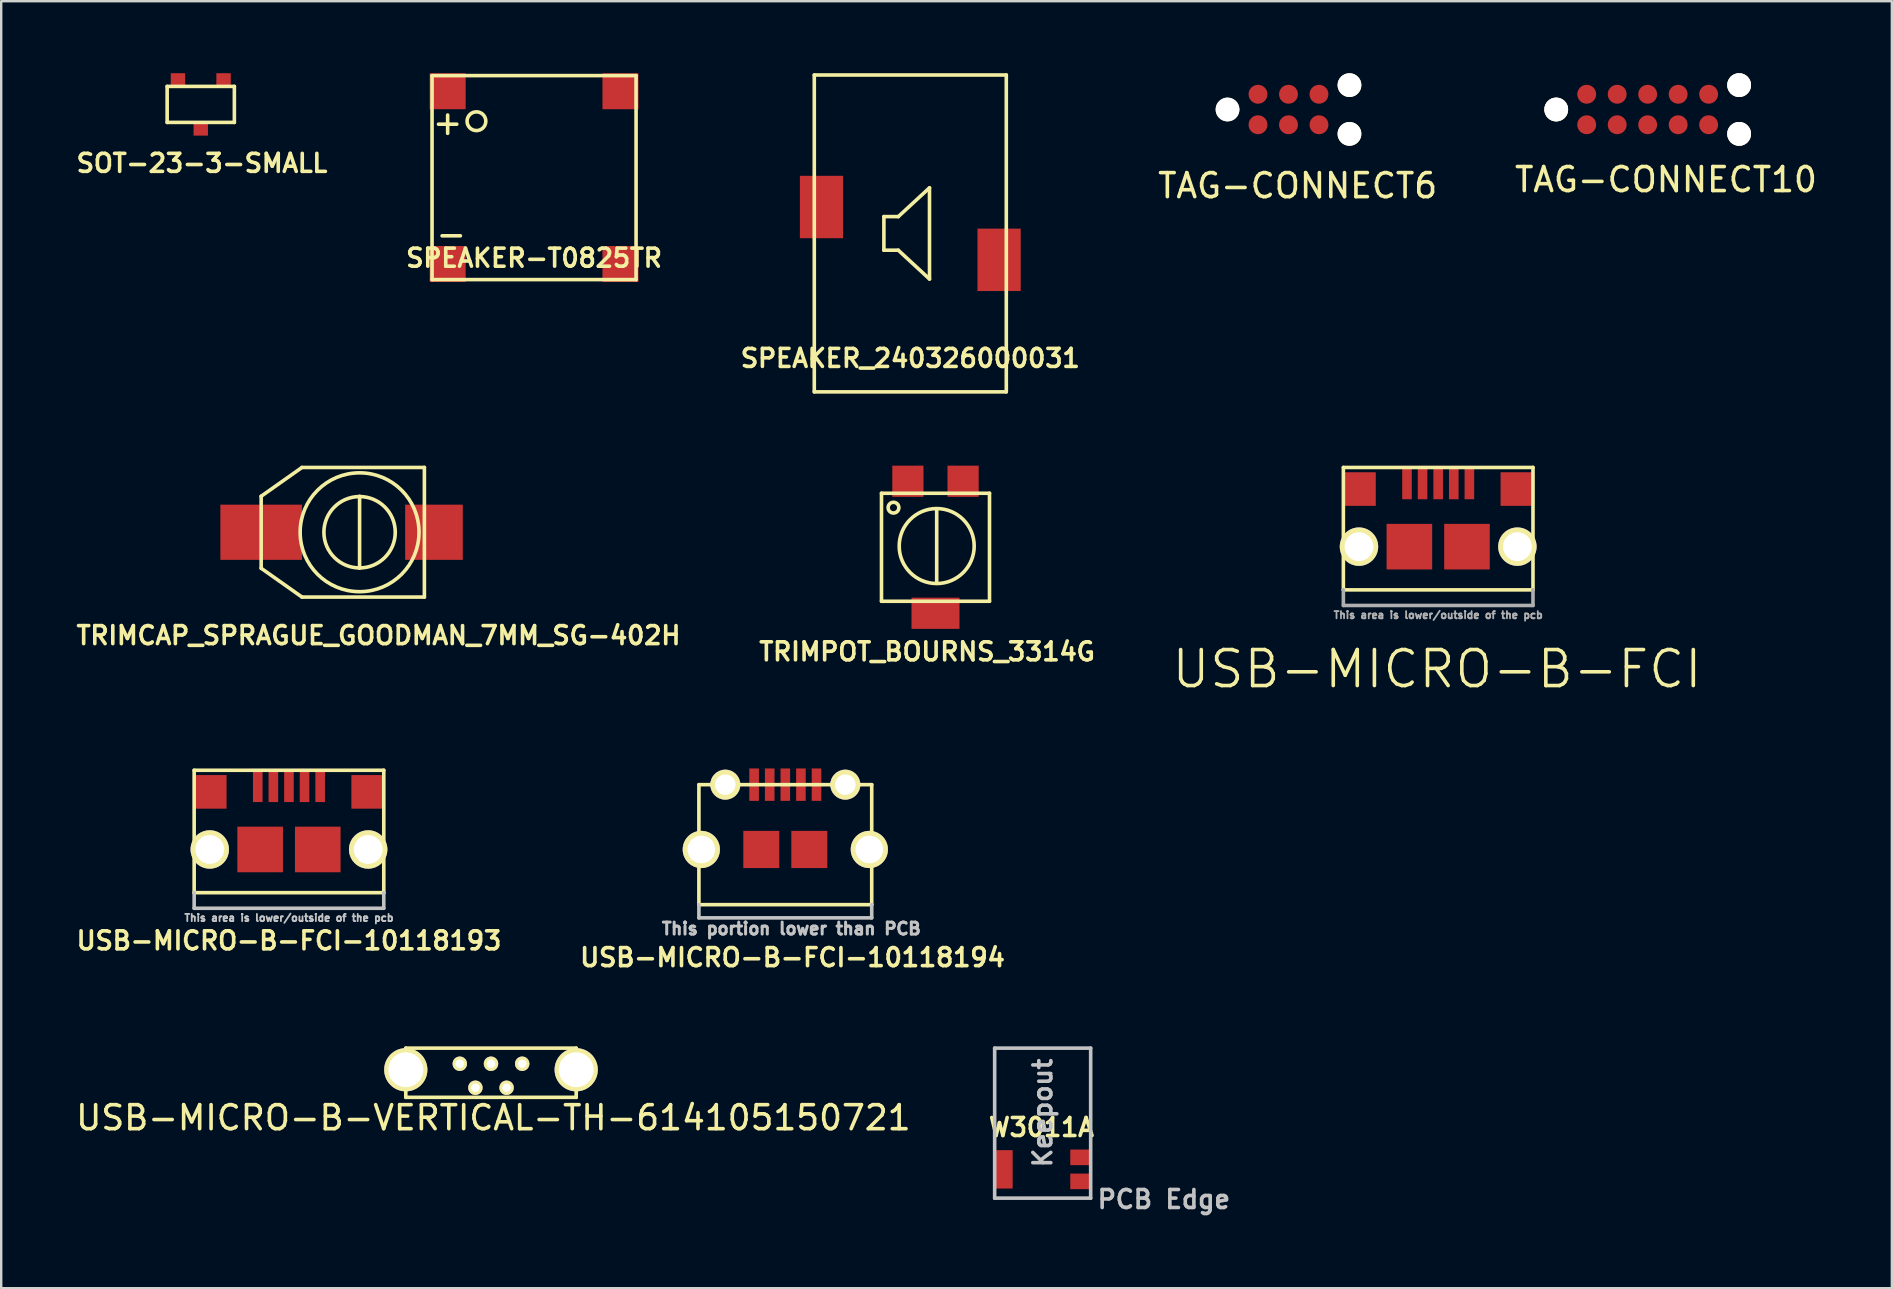
<source format=kicad_pcb>
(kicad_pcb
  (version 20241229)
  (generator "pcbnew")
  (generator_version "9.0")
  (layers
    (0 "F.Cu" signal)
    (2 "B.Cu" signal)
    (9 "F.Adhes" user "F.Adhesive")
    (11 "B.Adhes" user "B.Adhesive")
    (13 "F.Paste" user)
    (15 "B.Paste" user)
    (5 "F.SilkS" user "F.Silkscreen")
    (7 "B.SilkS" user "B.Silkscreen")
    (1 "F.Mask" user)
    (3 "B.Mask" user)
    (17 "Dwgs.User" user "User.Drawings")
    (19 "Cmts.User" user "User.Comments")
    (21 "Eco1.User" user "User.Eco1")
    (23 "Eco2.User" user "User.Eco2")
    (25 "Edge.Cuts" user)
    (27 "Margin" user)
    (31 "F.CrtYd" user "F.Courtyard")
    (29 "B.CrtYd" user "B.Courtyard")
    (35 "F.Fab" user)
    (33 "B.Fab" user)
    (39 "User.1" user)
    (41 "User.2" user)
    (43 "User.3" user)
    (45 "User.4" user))
  (footprint "TRIMCAP_SPRAGUE_GOODMAN_7MM_SG-402H"
    (layer "F.Cu")
    (at 7.821 19.125)
    (property "Reference" "TRIMCAP_SPRAGUE_GOODMAN_7MM_SG-402H" (at 4.9 4.3 0) (layer "F.SilkS") (effects (font (size 0.75 0.75) (thickness 0.15))))
    (attr through_hole)
    (fp_line (start 0.01 -1.5) (end 0.01 1.5) (stroke (width 0.15) (type solid)) (layer "F.SilkS"))
    (fp_line (start 0.01 1.5) (end 1.71 2.7) (stroke (width 0.15) (type solid)) (layer "F.SilkS"))
    (fp_line (start 1.71 -2.7) (end 0.01 -1.5) (stroke (width 0.15) (type solid)) (layer "F.SilkS"))
    (fp_line (start 1.71 -2.7) (end 6.81 -2.7) (stroke (width 0.15) (type solid)) (layer "F.SilkS"))
    (fp_line (start 4.11 -1.5) (end 4.11 1.5) (stroke (width 0.15) (type solid)) (layer "F.SilkS"))
    (fp_line (start 6.81 -2.7) (end 6.81 2.7) (stroke (width 0.15) (type solid)) (layer "F.SilkS"))
    (fp_line (start 6.81 2.7) (end 1.71 2.7) (stroke (width 0.15) (type solid)) (layer "F.SilkS"))
    (fp_circle (center 4.11 0) (end 5.11 1.1) (stroke (width 0.15) (type solid)) (fill no) (layer "F.SilkS"))
    (fp_circle (center 4.11 0) (end 5.81 1.8) (stroke (width 0.15) (type solid)) (fill no) (layer "F.SilkS"))
    (pad "1" smd rect (at 0.01 0) (size 3.4 2.3) (layers "F.Cu" "F.Mask" "F.Paste"))
    (pad "2" smd rect (at 7.21 0) (size 2.4 2.3) (layers "F.Cu" "F.Mask" "F.Paste")))
  (footprint "SPEAKER_240326000031"
    (layer "F.Cu")
    (at 34.875 6.675)
    (property "Reference" "SPEAKER_240326000031" (at 0 5.2 0) (layer "F.SilkS") (effects (font (size 0.75 0.75) (thickness 0.15))))
    (attr through_hole)
    (fp_line (start -4 -6.6) (end -4 6.6) (stroke (width 0.15) (type solid)) (layer "F.SilkS"))
    (fp_line (start -4 -6.6) (end 4 -6.6) (stroke (width 0.15) (type solid)) (layer "F.SilkS"))
    (fp_line (start -1.1 -0.7) (end -1.1 0.7) (stroke (width 0.15) (type solid)) (layer "F.SilkS"))
    (fp_line (start -1.1 -0.7) (end -0.5 -0.7) (stroke (width 0.15) (type solid)) (layer "F.SilkS"))
    (fp_line (start -1.1 0.7) (end -0.5 0.7) (stroke (width 0.15) (type solid)) (layer "F.SilkS"))
    (fp_line (start -0.5 -0.7) (end 0.8 -1.9) (stroke (width 0.15) (type solid)) (layer "F.SilkS"))
    (fp_line (start -0.5 0.7) (end 0.8 1.9) (stroke (width 0.15) (type solid)) (layer "F.SilkS"))
    (fp_line (start 0.8 1.9) (end 0.8 -1.9) (stroke (width 0.15) (type solid)) (layer "F.SilkS"))
    (fp_line (start 4 6.6) (end -4 6.6) (stroke (width 0.15) (type solid)) (layer "F.SilkS"))
    (fp_line (start 4 6.6) (end 4 -6.6) (stroke (width 0.15) (type solid)) (layer "F.SilkS"))
    (pad "1" smd rect (at -3.7 -1.1) (size 1.8 2.6) (layers "F.Cu" "F.Mask" "F.Paste"))
    (pad "2" smd rect (at 3.7 1.1) (size 1.8 2.6) (layers "F.Cu" "F.Mask" "F.Paste")))
  (footprint "TRIMPOT_BOURNS_3314G"
    (layer "F.Cu")
    (at 34.765 17)
    (property "Reference" "TRIMPOT_BOURNS_3314G" (at 0.81 7.1 0) (layer "F.SilkS") (effects (font (size 0.75 0.75) (thickness 0.15))))
    (attr through_hole)
    (fp_line (start -1.09 0.5) (end 3.41 0.5) (stroke (width 0.15) (type solid)) (layer "F.SilkS"))
    (fp_line (start -1.09 5) (end -1.09 0.5) (stroke (width 0.15) (type solid)) (layer "F.SilkS"))
    (fp_line (start 1.21 1.2) (end 1.21 4.2) (stroke (width 0.15) (type solid)) (layer "F.SilkS"))
    (fp_line (start 3.41 0.5) (end 3.41 5) (stroke (width 0.15) (type solid)) (layer "F.SilkS"))
    (fp_line (start 3.41 5) (end -1.09 5) (stroke (width 0.15) (type solid)) (layer "F.SilkS"))
    (fp_circle (center -0.59 1.1) (end -0.49 1.3) (stroke (width 0.15) (type solid)) (fill no) (layer "F.SilkS"))
    (fp_circle (center 1.21 2.7) (end 2.41 3.7) (stroke (width 0.15) (type solid)) (fill no) (layer "F.SilkS"))
    (pad "1" smd rect (at 0.01 0) (size 1.3 1.3) (layers "F.Cu" "F.Mask" "F.Paste"))
    (pad "2" smd rect (at 1.16 5.5) (size 2 1.3) (layers "F.Cu" "F.Mask" "F.Paste"))
    (pad "3" smd rect (at 2.31 0) (size 1.3 1.3) (layers "F.Cu" "F.Mask" "F.Paste")))
  (footprint "USB-MICRO-B-FCI"
    (layer "F.Cu")
    (at 56.868 19.725)
    (property "Reference" "USB-MICRO-B-FCI" (at -0.05 5.1 0) (layer "F.SilkS") (effects (font (size 1.5 1.5) (thickness 0.15))))
    (attr through_hole)
    (fp_line (start -3.95 -3.3) (end -3.95 1.8) (stroke (width 0.15) (type solid)) (layer "F.SilkS"))
    (fp_line (start -3.95 -3.3) (end 3.95 -3.3) (stroke (width 0.15) (type solid)) (layer "F.SilkS"))
    (fp_line (start -3.95 1.8) (end 3.95 1.8) (stroke (width 0.15) (type solid)) (layer "F.SilkS"))
    (fp_line (start 3.95 -3.3) (end 3.95 1.8) (stroke (width 0.15) (type solid)) (layer "F.SilkS"))
    (fp_line (start -3.95 2.45) (end -3.95 1.8) (stroke (width 0.15) (type solid)) (layer "F.Fab"))
    (fp_line (start 3.95 1.8) (end 3.95 2.45) (stroke (width 0.15) (type solid)) (layer "F.Fab"))
    (fp_line (start 3.95 2.45) (end -3.95 2.45) (stroke (width 0.15) (type solid)) (layer "F.Fab"))
    (fp_text user "This area is lower/outside of the pcb" (at 0 2.85 0) (layer "F.Fab") (effects (font (size 0.3 0.3) (thickness 0.075))))
    (pad "1" smd rect (at -1.3 -2.65) (size 0.4 1.35) (layers "F.Cu" "F.Mask" "F.Paste"))
    (pad "2" smd rect (at -0.65 -2.65) (size 0.4 1.35) (layers "F.Cu" "F.Mask" "F.Paste"))
    (pad "3" smd rect (at 0 -2.65) (size 0.4 1.35) (layers "F.Cu" "F.Mask" "F.Paste"))
    (pad "4" smd rect (at 0.65 -2.65) (size 0.4 1.35) (layers "F.Cu" "F.Mask" "F.Paste"))
    (pad "5" smd rect (at 1.3 -2.65) (size 0.4 1.35) (layers "F.Cu" "F.Mask" "F.Paste"))
    (pad "6" smd rect (at -3.3 -2.4) (size 1.4 1.4) (layers "F.Cu" "F.Mask" "F.Paste"))
    (pad "6" thru_hole circle (at -3.3 0) (size 1.6 1.6) (drill 1.2) (layers "*.Cu" "*.Mask" "F.SilkS"))
    (pad "6" smd rect (at -1.2 0) (size 1.9 1.9) (layers "F.Cu" "F.Mask" "F.Paste"))
    (pad "6" smd rect (at 1.2 0) (size 1.9 1.9) (layers "F.Cu" "F.Mask" "F.Paste"))
    (pad "6" smd rect (at 3.3 -2.4) (size 1.4 1.4) (layers "F.Cu" "F.Mask" "F.Paste"))
    (pad "6" thru_hole circle (at 3.3 0) (size 1.6 1.6) (drill 1.2) (layers "*.Cu" "*.Mask" "F.SilkS")))
  (footprint "W3011A"
    (layer "F.Cu")
    (at 40.34 45.668)
    (property "Reference" "W3011A" (at 0 -1.75 0) (layer "F.SilkS") (effects (font (size 0.75 0.75) (thickness 0.15))))
    (attr through_hole)
    (fp_line (start -1.95 1.2) (end -1.95 -5.05) (stroke (width 0.15) (type solid)) (layer "Dwgs.User"))
    (fp_line (start 2.05 -5.05) (end -1.95 -5.05) (stroke (width 0.15) (type solid)) (layer "Dwgs.User"))
    (fp_line (start 2.05 -5.05) (end 2.05 1.2) (stroke (width 0.15) (type solid)) (layer "Dwgs.User"))
    (fp_line (start 2.05 1.2) (end -1.95 1.2) (stroke (width 0.15) (type solid)) (layer "Dwgs.User"))
    (fp_text user "Keepout" (at 0.05 -2.35 90) (layer "Dwgs.User") (effects (font (size 0.75 0.75) (thickness 0.15))))
    (fp_text user "PCB Edge" (at 5.1 1.25 0) (layer "Dwgs.User") (effects (font (size 0.75 0.75) (thickness 0.15))))
    (pad "1" smd rect (at -1.6 0) (size 0.8 1.6) (layers "F.Cu" "F.Mask" "F.Paste"))
    (pad "2" smd rect (at 1.6 0.5) (size 0.8 0.65) (layers "F.Cu" "F.Mask" "F.Paste"))
    (pad "3" smd rect (at 1.6 -0.5) (size 0.8 0.65) (layers "F.Cu" "F.Mask" "F.Paste")))
  (footprint "SOT-23-3-SMALL"
    (layer "F.Cu")
    (at 5.314 1.15)
    (property "Reference" "SOT-23-3-SMALL" (at 0.05 2.6 0) (layer "F.SilkS") (effects (font (size 0.75 0.75) (thickness 0.15))))
    (attr through_hole)
    (fp_line (start -1.4 -0.6) (end 1.4 -0.6) (stroke (width 0.15) (type solid)) (layer "F.SilkS"))
    (fp_line (start -1.4 0.9) (end -1.4 -0.6) (stroke (width 0.15) (type solid)) (layer "F.SilkS"))
    (fp_line (start 1.4 -0.6) (end 1.4 0.9) (stroke (width 0.15) (type solid)) (layer "F.SilkS"))
    (fp_line (start 1.4 0.9) (end -1.4 0.9) (stroke (width 0.15) (type solid)) (layer "F.SilkS"))
    (pad "1" smd rect (at 0.95 -0.85) (size 0.6 0.6) (layers "F.Cu" "F.Mask" "F.Paste"))
    (pad "2" smd rect (at -0.95 -0.85) (size 0.6 0.6) (layers "F.Cu" "F.Mask" "F.Paste"))
    (pad "3" smd rect (at 0 1.15) (size 0.6 0.6) (layers "F.Cu" "F.Mask" "F.Paste")))
  (footprint "USB-MICRO-B-VERTICAL-TH-614105150721"
    (layer "F.Cu")
    (at 17.406 41.268)
    (property "Reference" "USB-MICRO-B-VERTICAL-TH-614105150721" (at 0.1 2.25 0) (layer "F.SilkS") (effects (font (size 1 1) (thickness 0.15))))
    (attr through_hole)
    (fp_line (start -3.55 -0.65) (end -3.55 1.4) (stroke (width 0.15) (type solid)) (layer "F.SilkS"))
    (fp_line (start -3.55 1.4) (end 3.55 1.4) (stroke (width 0.15) (type solid)) (layer "F.SilkS"))
    (fp_line (start 3.55 -0.65) (end -3.55 -0.65) (stroke (width 0.15) (type solid)) (layer "F.SilkS"))
    (fp_line (start 3.55 -0.65) (end 3.55 1.4) (stroke (width 0.15) (type solid)) (layer "F.SilkS"))
    (pad "1" thru_hole circle (at -1.3 0) (size 0.6 0.6) (drill 0.35) (layers "*.Cu" "*.Mask" "F.SilkS"))
    (pad "2" thru_hole circle (at -0.65 1) (size 0.6 0.6) (drill 0.35) (layers "*.Cu" "*.Mask" "F.SilkS"))
    (pad "3" thru_hole circle (at 0 0) (size 0.6 0.6) (drill 0.35) (layers "*.Cu" "*.Mask" "F.SilkS"))
    (pad "4" thru_hole circle (at 0.65 1) (size 0.6 0.6) (drill 0.35) (layers "*.Cu" "*.Mask" "F.SilkS"))
    (pad "5" thru_hole circle (at 1.3 0) (size 0.6 0.6) (drill 0.35) (layers "*.Cu" "*.Mask" "F.SilkS"))
    (pad "6" thru_hole circle (at -3.55 0.25) (size 1.8 1.8) (drill 1.45) (layers "*.Cu" "*.Mask" "F.SilkS"))
    (pad "6" thru_hole circle (at 3.55 0.25) (size 1.8 1.8) (drill 1.45) (layers "*.Cu" "*.Mask" "F.SilkS")))
  (footprint "USB-MICRO-B-FCI-10118194"
    (layer "F.Cu")
    (at 29.668 29.641)
    (property "Reference" "USB-MICRO-B-FCI-10118194" (at 0.3 7.2 0) (layer "F.SilkS") (effects (font (size 0.75 0.75) (thickness 0.15))))
    (attr through_hole)
    (fp_line (start -3.6 5) (end -3.6 0) (stroke (width 0.15) (type solid)) (layer "F.SilkS"))
    (fp_line (start -3.6 5) (end 3.6 5) (stroke (width 0.15) (type solid)) (layer "F.SilkS"))
    (fp_line (start 3.6 0) (end -3.6 0) (stroke (width 0.15) (type solid)) (layer "F.SilkS"))
    (fp_line (start 3.6 0) (end 3.6 5) (stroke (width 0.15) (type solid)) (layer "F.SilkS"))
    (fp_line (start -3.6 5.55) (end -3.6 5) (stroke (width 0.15) (type solid)) (layer "Dwgs.User"))
    (fp_line (start 3.6 5) (end 3.6 5.55) (stroke (width 0.15) (type solid)) (layer "Dwgs.User"))
    (fp_line (start 3.6 5.55) (end -3.6 5.55) (stroke (width 0.15) (type solid)) (layer "Dwgs.User"))
    (fp_text user "This portion lower than PCB" (at 0.25 6 0) (layer "Dwgs.User") (effects (font (size 0.5 0.5) (thickness 0.125))))
    (pad "1" smd rect (at -1.3 0) (size 0.4 1.35) (layers "F.Cu" "F.Mask" "F.Paste"))
    (pad "2" smd rect (at -0.65 0) (size 0.4 1.35) (layers "F.Cu" "F.Mask" "F.Paste"))
    (pad "3" smd rect (at 0 0) (size 0.4 1.35) (layers "F.Cu" "F.Mask" "F.Paste"))
    (pad "4" smd rect (at 0.65 0) (size 0.4 1.35) (layers "F.Cu" "F.Mask" "F.Paste"))
    (pad "5" smd rect (at 1.3 0) (size 0.4 1.35) (layers "F.Cu" "F.Mask" "F.Paste"))
    (pad "6" thru_hole circle (at -3.5 2.7) (size 1.55 1.55) (drill 1.15) (layers "*.Cu" "*.Mask" "F.SilkS"))
    (pad "6" thru_hole circle (at -2.5 0) (size 1.25 1.25) (drill 0.85) (layers "*.Cu" "*.Mask" "F.SilkS"))
    (pad "6" smd rect (at -1 2.7) (size 1.5 1.55) (layers "F.Cu" "F.Mask" "F.Paste"))
    (pad "6" smd rect (at 1 2.7) (size 1.5 1.55) (layers "F.Cu" "F.Mask" "F.Paste"))
    (pad "6" thru_hole circle (at 2.5 0) (size 1.25 1.25) (drill 0.85) (layers "*.Cu" "*.Mask" "F.SilkS"))
    (pad "6" thru_hole circle (at 3.5 2.7) (size 1.55 1.55) (drill 1.15) (layers "*.Cu" "*.Mask" "F.SilkS")))
  (footprint "USB-MICRO-B-FCI-10118193"
    (layer "F.Cu")
    (at 8.989 32.341)
    (property "Reference" "USB-MICRO-B-FCI-10118193" (at 0 3.8 0) (layer "F.SilkS") (effects (font (size 0.75 0.75) (thickness 0.15))))
    (attr through_hole)
    (fp_line (start -3.95 -3.3) (end -3.95 1.8) (stroke (width 0.15) (type solid)) (layer "F.SilkS"))
    (fp_line (start -3.95 -3.3) (end 3.95 -3.3) (stroke (width 0.15) (type solid)) (layer "F.SilkS"))
    (fp_line (start -3.95 1.8) (end 3.95 1.8) (stroke (width 0.15) (type solid)) (layer "F.SilkS"))
    (fp_line (start 3.95 -3.3) (end 3.95 1.8) (stroke (width 0.15) (type solid)) (layer "F.SilkS"))
    (fp_line (start -3.95 2.45) (end -3.95 1.8) (stroke (width 0.15) (type solid)) (layer "Dwgs.User"))
    (fp_line (start 3.95 1.8) (end 3.95 2.45) (stroke (width 0.15) (type solid)) (layer "Dwgs.User"))
    (fp_line (start 3.95 2.45) (end -3.95 2.45) (stroke (width 0.15) (type solid)) (layer "Dwgs.User"))
    (fp_text user "This area is lower/outside of the pcb" (at 0 2.85 0) (layer "Dwgs.User") (effects (font (size 0.3 0.3) (thickness 0.075))))
    (pad "1" smd rect (at -1.3 -2.65) (size 0.4 1.35) (layers "F.Cu" "F.Mask" "F.Paste"))
    (pad "2" smd rect (at -0.65 -2.65) (size 0.4 1.35) (layers "F.Cu" "F.Mask" "F.Paste"))
    (pad "3" smd rect (at 0 -2.65) (size 0.4 1.35) (layers "F.Cu" "F.Mask" "F.Paste"))
    (pad "4" smd rect (at 0.65 -2.65) (size 0.4 1.35) (layers "F.Cu" "F.Mask" "F.Paste"))
    (pad "5" smd rect (at 1.3 -2.65) (size 0.4 1.35) (layers "F.Cu" "F.Mask" "F.Paste"))
    (pad "6" smd rect (at -3.3 -2.4) (size 1.4 1.4) (layers "F.Cu" "F.Mask" "F.Paste"))
    (pad "6" thru_hole circle (at -3.3 0) (size 1.6 1.6) (drill 1.2) (layers "*.Cu" "*.Mask" "F.SilkS"))
    (pad "6" smd rect (at -1.2 0) (size 1.9 1.9) (layers "F.Cu" "F.Mask" "F.Paste"))
    (pad "6" smd rect (at 1.2 0) (size 1.9 1.9) (layers "F.Cu" "F.Mask" "F.Paste"))
    (pad "6" smd rect (at 3.3 -2.4) (size 1.4 1.4) (layers "F.Cu" "F.Mask" "F.Paste"))
    (pad "6" thru_hole circle (at 3.3 0) (size 1.6 1.6) (drill 1.2) (layers "*.Cu" "*.Mask" "F.SilkS")))
  (footprint "TAG-CONNECT10"
    (layer "F.Cu")
    (at 65.596 1.512)
    (property "Reference" "TAG-CONNECT10" (at 0.762 2.921 0) (layer "F.SilkS") (effects (font (size 1 1) (thickness 0.15))))
    (attr through_hole)
    (pad "" thru_hole circle (at -3.81 0) (size 0.991 0.991) (drill 0.991) (layers "*.Cu" "*.Mask" "F.SilkS"))
    (pad "" thru_hole circle (at 3.81 -1.016) (size 0.991 0.991) (drill 0.991) (layers "*.Cu" "*.Mask" "F.SilkS"))
    (pad "" thru_hole circle (at 3.81 1.016) (size 0.991 0.991) (drill 0.991) (layers "*.Cu" "*.Mask" "F.SilkS"))
    (pad "1" smd circle (at -2.54 0.635) (size 0.787 0.787) (layers "F.Cu" "F.Mask"))
    (pad "2" smd circle (at -1.27 0.635) (size 0.787 0.787) (layers "F.Cu" "F.Mask"))
    (pad "3" smd circle (at 0 0.635) (size 0.787 0.787) (layers "F.Cu" "F.Mask"))
    (pad "4" smd circle (at 1.27 0.635) (size 0.787 0.787) (layers "F.Cu" "F.Mask"))
    (pad "5" smd circle (at 2.54 0.635) (size 0.787 0.787) (layers "F.Cu" "F.Mask"))
    (pad "6" smd circle (at 2.54 -0.635) (size 0.787 0.787) (layers "F.Cu" "F.Mask"))
    (pad "7" smd circle (at 1.27 -0.635) (size 0.787 0.787) (layers "F.Cu" "F.Mask"))
    (pad "8" smd circle (at 0 -0.635) (size 0.787 0.787) (layers "F.Cu" "F.Mask"))
    (pad "9" smd circle (at -1.27 -0.635) (size 0.787 0.787) (layers "F.Cu" "F.Mask"))
    (pad "10" smd circle (at -2.54 -0.635) (size 0.787 0.787) (layers "F.Cu" "F.Mask")))
  (footprint "TAG-CONNECT6"
    (layer "F.Cu")
    (at 48.092 1.512)
    (property "Reference" "TAG-CONNECT6" (at 2.921 3.175 0) (layer "F.SilkS") (effects (font (size 1 1) (thickness 0.15))))
    (attr through_hole)
    (pad "" np_thru_hole circle (at 0 0) (size 0.991 0.991) (drill 0.991) (layers "*.Cu" "*.Mask" "F.SilkS"))
    (pad "" np_thru_hole circle (at 5.08 -1.016) (size 0.991 0.991) (drill 0.991) (layers "*.Cu" "*.Mask" "F.SilkS"))
    (pad "" np_thru_hole circle (at 5.08 1.016) (size 0.991 0.991) (drill 0.991) (layers "*.Cu" "*.Mask" "F.SilkS"))
    (pad "1" smd circle (at 1.27 0.635) (size 0.787 0.787) (layers "F.Cu" "F.Mask"))
    (pad "2" smd circle (at 1.27 -0.635) (size 0.787 0.787) (layers "F.Cu" "F.Mask"))
    (pad "3" smd circle (at 2.54 0.635) (size 0.787 0.787) (layers "F.Cu" "F.Mask"))
    (pad "4" smd circle (at 2.54 -0.635) (size 0.787 0.787) (layers "F.Cu" "F.Mask"))
    (pad "5" smd circle (at 3.81 0.635) (size 0.787 0.787) (layers "F.Cu" "F.Mask"))
    (pad "6" smd circle (at 3.81 -0.635) (size 0.787 0.787) (layers "F.Cu" "F.Mask")))
  (footprint "SPEAKER-T0825TR"
    (layer "F.Cu")
    (at 19.2 4.35)
    (property "Reference" "SPEAKER-T0825TR" (at 0 3.35 0) (layer "F.SilkS") (effects (font (size 0.75 0.75) (thickness 0.15))))
    (attr through_hole)
    (fp_line (start -4.25 4.25) (end -4.25 -4.25) (stroke (width 0.15) (type solid)) (layer "F.SilkS"))
    (fp_line (start -4.25 4.25) (end 4.25 4.25) (stroke (width 0.15) (type solid)) (layer "F.SilkS"))
    (fp_line (start 4.25 -4.25) (end -4.25 -4.25) (stroke (width 0.15) (type solid)) (layer "F.SilkS"))
    (fp_line (start 4.25 -4.25) (end 4.25 4.25) (stroke (width 0.15) (type solid)) (layer "F.SilkS"))
    (fp_circle (center -2.4 -2.35) (end -2.1 -2.1) (stroke (width 0.15) (type solid)) (fill no) (layer "F.SilkS"))
    (fp_text user "+" (at -3.6 -2.3 0) (layer "F.SilkS") (effects (font (size 1 1) (thickness 0.15))))
    (fp_text user "-" (at -3.45 2.35 0) (layer "F.SilkS") (effects (font (size 1 1) (thickness 0.15))))
    (pad "1" smd rect (at -3.6 -3.6) (size 1.5 1.5) (layers "F.Cu" "F.Mask" "F.Paste"))
    (pad "2" smd rect (at -3.6 3.6) (size 1.5 1.5) (layers "F.Cu" "F.Mask" "F.Paste"))
    (pad "3" smd rect (at 3.6 -3.6) (size 1.5 1.5) (layers "F.Cu" "F.Mask" "F.Paste"))
    (pad "3" smd rect (at 3.6 3.6) (size 1.5 1.5) (layers "F.Cu" "F.Mask" "F.Paste")))
  (gr_rect
    (start -3 -3)
    (end 75.769 50.62)
    (stroke (width 0.1) (type default))
    (fill no)
    (layer "Edge.Cuts")))
</source>
